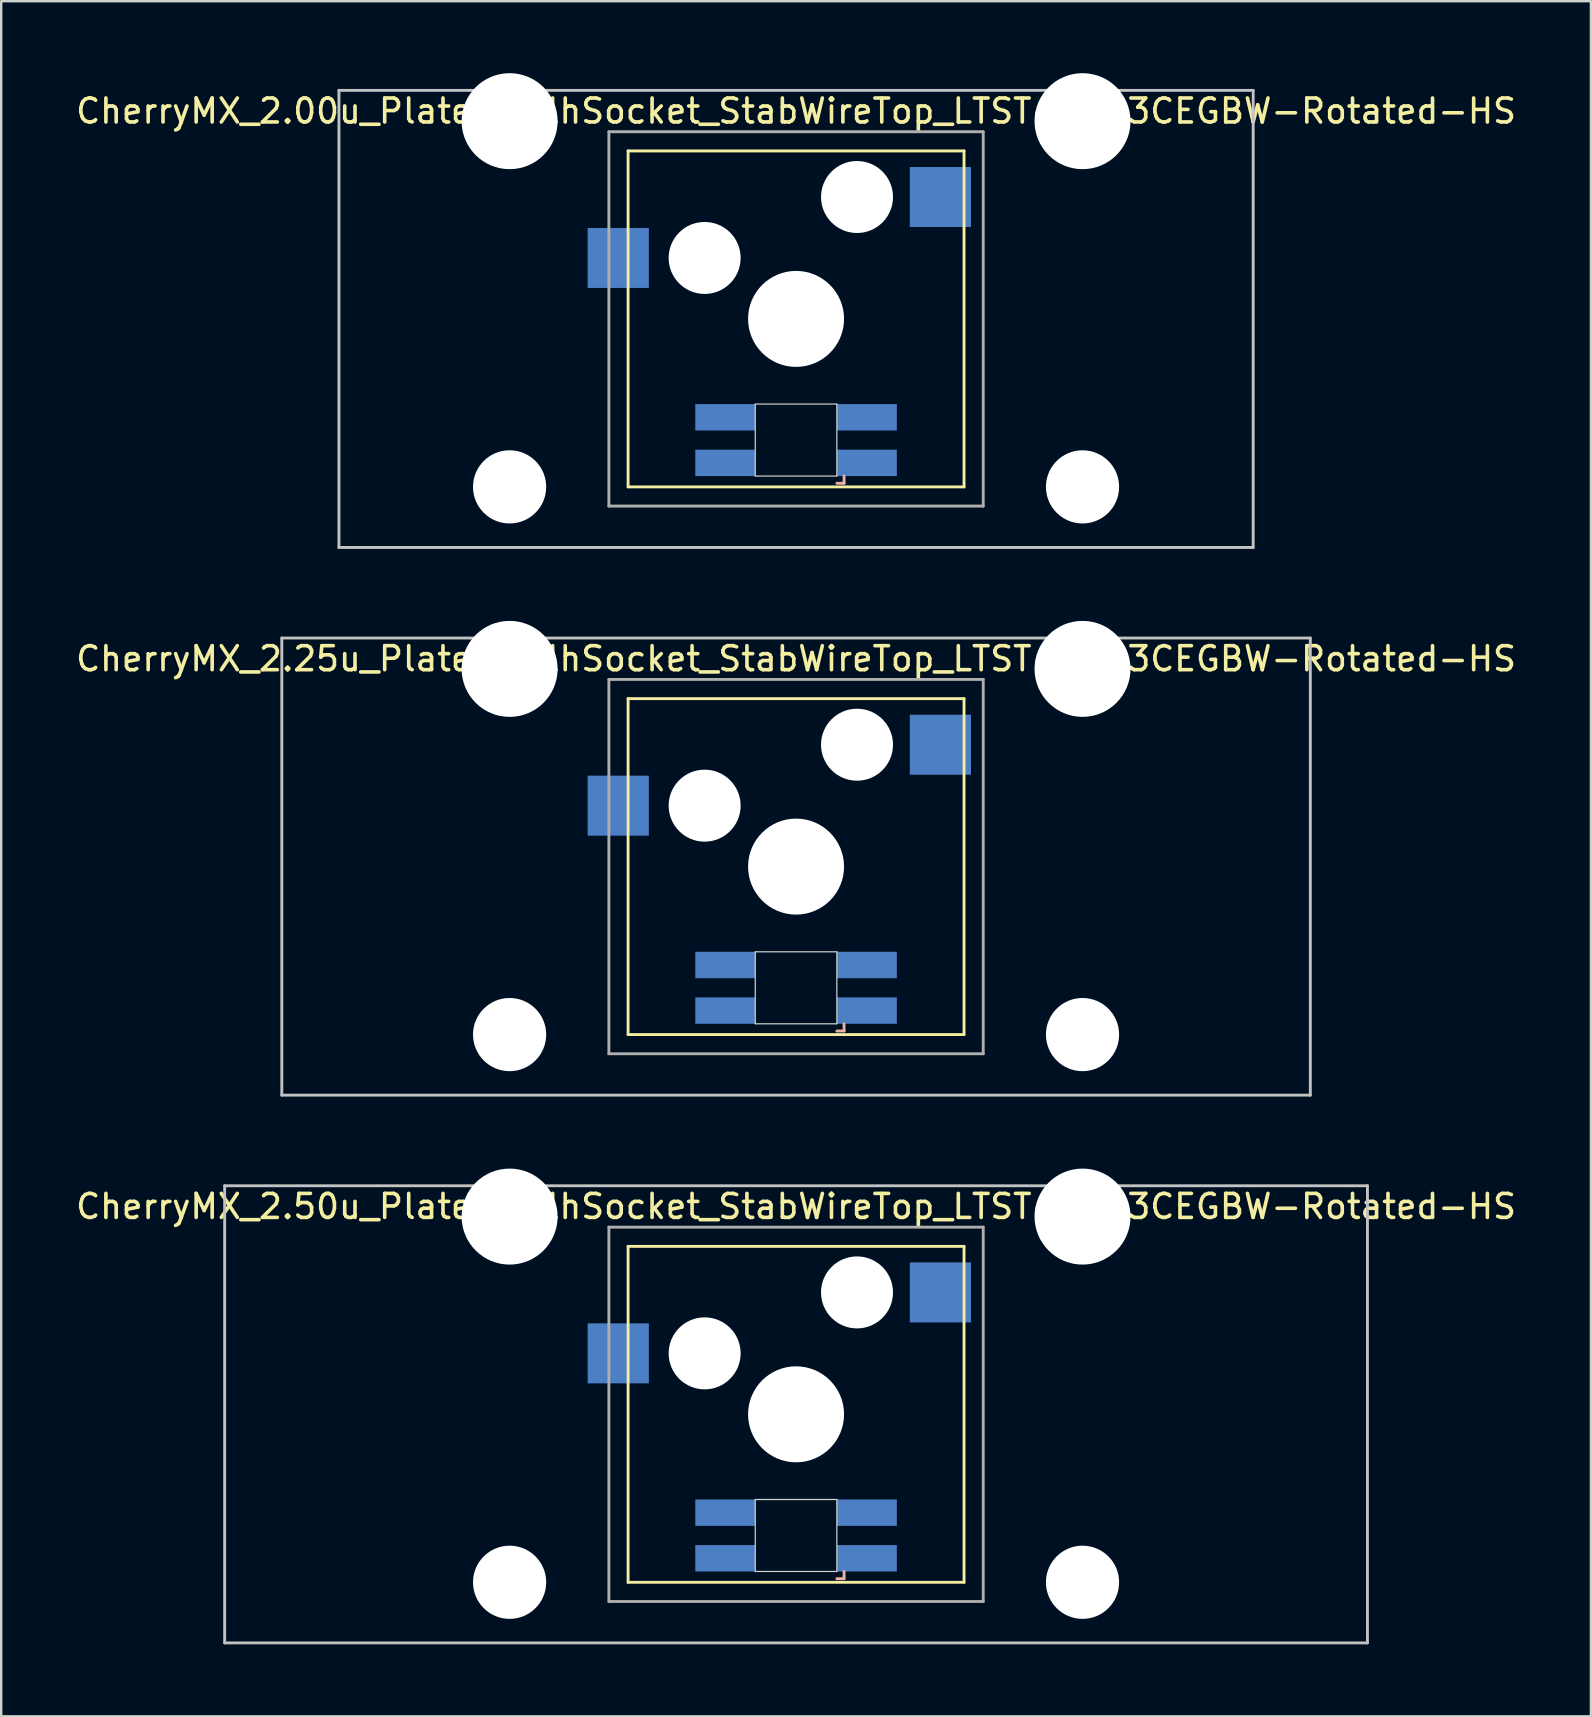
<source format=kicad_pcb>
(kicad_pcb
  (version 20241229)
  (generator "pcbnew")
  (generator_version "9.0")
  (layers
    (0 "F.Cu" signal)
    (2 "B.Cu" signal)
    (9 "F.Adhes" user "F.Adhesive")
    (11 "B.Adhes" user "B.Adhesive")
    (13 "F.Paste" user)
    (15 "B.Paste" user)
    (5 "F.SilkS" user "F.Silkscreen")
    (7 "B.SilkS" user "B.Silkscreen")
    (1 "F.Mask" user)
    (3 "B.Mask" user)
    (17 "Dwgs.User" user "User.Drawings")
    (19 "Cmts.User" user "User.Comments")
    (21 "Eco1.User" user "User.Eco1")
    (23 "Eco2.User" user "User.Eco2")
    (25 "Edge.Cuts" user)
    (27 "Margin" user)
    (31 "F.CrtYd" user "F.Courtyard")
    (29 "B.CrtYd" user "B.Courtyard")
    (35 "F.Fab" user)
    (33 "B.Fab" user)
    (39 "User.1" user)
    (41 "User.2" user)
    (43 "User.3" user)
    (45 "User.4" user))
  (footprint "CherryMX_2.00u_Plate_KailhSocket_StabWireTop_LTST-A683CEGBW-Rotated-HS"
    (layer "F.Cu")
    (at 30.125 10.24)
    (property "Reference" "CherryMX_2.00u_Plate_KailhSocket_StabWireTop_LTST-A683CEGBW-Rotated-HS" (at 0 -8.662 0) (layer "F.SilkS") (effects (font (size 1 1) (thickness 0.15))))
    (attr through_hole)
    (fp_line (start -7 -7) (end -7 7) (stroke (width 0.12) (type solid)) (layer "F.SilkS"))
    (fp_line (start -7 -7) (end 7 -7) (stroke (width 0.12) (type solid)) (layer "F.SilkS"))
    (fp_line (start 7 -7) (end 7 7) (stroke (width 0.12) (type solid)) (layer "F.SilkS"))
    (fp_line (start 7 7) (end -7 7) (stroke (width 0.12) (type solid)) (layer "F.SilkS"))
    (fp_line (start 1.7 6.85) (end 2 6.85) (stroke (width 0.12) (type solid)) (layer "B.SilkS"))
    (fp_line (start 2 6.85) (end 2 6.55) (stroke (width 0.12) (type solid)) (layer "B.SilkS"))
    (fp_line (start -19.05 -9.525) (end 19.05 -9.525) (stroke (width 0.12) (type solid)) (layer "Dwgs.User"))
    (fp_line (start -19.05 9.525) (end -19.05 -9.525) (stroke (width 0.12) (type solid)) (layer "Dwgs.User"))
    (fp_line (start 19.05 -9.525) (end 19.05 9.525) (stroke (width 0.12) (type solid)) (layer "Dwgs.User"))
    (fp_line (start 19.05 9.525) (end -19.05 9.525) (stroke (width 0.12) (type solid)) (layer "Dwgs.User"))
    (fp_line (start -1.7 3.55) (end 1.7 3.55) (stroke (width 0.05) (type solid)) (layer "Edge.Cuts"))
    (fp_line (start -1.7 6.55) (end -1.7 3.55) (stroke (width 0.05) (type solid)) (layer "Edge.Cuts"))
    (fp_line (start 1.7 3.55) (end 1.7 6.55) (stroke (width 0.05) (type solid)) (layer "Edge.Cuts"))
    (fp_line (start 1.7 6.55) (end -1.7 6.55) (stroke (width 0.05) (type solid)) (layer "Edge.Cuts"))
    (fp_line (start -7.8 -7.8) (end -7.8 7.8) (stroke (width 0.12) (type solid)) (layer "F.Fab"))
    (fp_line (start -7.8 -7.8) (end 7.8 -7.8) (stroke (width 0.12) (type solid)) (layer "F.Fab"))
    (fp_line (start -7.8 7.8) (end 7.8 7.8) (stroke (width 0.12) (type solid)) (layer "F.Fab"))
    (fp_line (start 7.8 -7.8) (end 7.8 7.8) (stroke (width 0.12) (type solid)) (layer "F.Fab"))
    (pad "" np_thru_hole circle (at -11.938 -8.24) (size 4 4) (drill 4) (layers "*.Cu" "*.Mask"))
    (pad "" np_thru_hole circle (at -11.938 7) (size 3.05 3.05) (drill 3.05) (layers "*.Cu" "*.Mask"))
    (pad "" np_thru_hole circle (at -3.81 -2.54) (size 3 3) (drill 3) (layers "*.Cu" "*.Mask"))
    (pad "" np_thru_hole circle (at 0 0) (size 4 4) (drill 4) (layers "*.Cu" "*.Mask"))
    (pad "" np_thru_hole circle (at 2.54 -5.08) (size 3 3) (drill 3) (layers "*.Cu" "*.Mask"))
    (pad "" np_thru_hole circle (at 11.938 -8.24) (size 4 4) (drill 4) (layers "*.Cu" "*.Mask"))
    (pad "" np_thru_hole circle (at 11.938 7) (size 3.05 3.05) (drill 3.05) (layers "*.Cu" "*.Mask"))
    (pad "1" smd rect (at -7.41 -2.54) (size 2.55 2.5) (layers "B.Cu" "B.Mask" "B.Paste"))
    (pad "2" smd rect (at 6.015 -5.08) (size 2.55 2.5) (layers "B.Cu" "B.Mask" "B.Paste"))
    (pad "3" smd rect (at 2.95 6) (size 2.5 1.1) (layers "B.Cu" "B.Mask" "B.Paste"))
    (pad "4" smd rect (at 2.95 4.1) (size 2.5 1.1) (layers "B.Cu" "B.Mask" "B.Paste"))
    (pad "5" smd rect (at -2.95 6) (size 2.5 1.1) (layers "B.Cu" "B.Mask" "B.Paste"))
    (pad "6" smd rect (at -2.95 4.1) (size 2.5 1.1) (layers "B.Cu" "B.Mask" "B.Paste")))
  (footprint "CherryMX_2.25u_Plate_KailhSocket_StabWireTop_LTST-A683CEGBW-Rotated-HS"
    (layer "F.Cu")
    (at 30.125 33.065)
    (property "Reference" "CherryMX_2.25u_Plate_KailhSocket_StabWireTop_LTST-A683CEGBW-Rotated-HS" (at 0 -8.662 0) (layer "F.SilkS") (effects (font (size 1 1) (thickness 0.15))))
    (attr through_hole)
    (fp_line (start -7 -7) (end -7 7) (stroke (width 0.12) (type solid)) (layer "F.SilkS"))
    (fp_line (start -7 -7) (end 7 -7) (stroke (width 0.12) (type solid)) (layer "F.SilkS"))
    (fp_line (start 7 -7) (end 7 7) (stroke (width 0.12) (type solid)) (layer "F.SilkS"))
    (fp_line (start 7 7) (end -7 7) (stroke (width 0.12) (type solid)) (layer "F.SilkS"))
    (fp_line (start 1.7 6.85) (end 2 6.85) (stroke (width 0.12) (type solid)) (layer "B.SilkS"))
    (fp_line (start 2 6.85) (end 2 6.55) (stroke (width 0.12) (type solid)) (layer "B.SilkS"))
    (fp_line (start -21.431 -9.525) (end 21.431 -9.525) (stroke (width 0.12) (type solid)) (layer "Dwgs.User"))
    (fp_line (start -21.431 9.525) (end -21.431 -9.525) (stroke (width 0.12) (type solid)) (layer "Dwgs.User"))
    (fp_line (start 21.431 -9.525) (end 21.431 9.525) (stroke (width 0.12) (type solid)) (layer "Dwgs.User"))
    (fp_line (start 21.431 9.525) (end -21.431 9.525) (stroke (width 0.12) (type solid)) (layer "Dwgs.User"))
    (fp_line (start -1.7 3.55) (end 1.7 3.55) (stroke (width 0.05) (type solid)) (layer "Edge.Cuts"))
    (fp_line (start -1.7 6.55) (end -1.7 3.55) (stroke (width 0.05) (type solid)) (layer "Edge.Cuts"))
    (fp_line (start 1.7 3.55) (end 1.7 6.55) (stroke (width 0.05) (type solid)) (layer "Edge.Cuts"))
    (fp_line (start 1.7 6.55) (end -1.7 6.55) (stroke (width 0.05) (type solid)) (layer "Edge.Cuts"))
    (fp_line (start -7.8 -7.8) (end -7.8 7.8) (stroke (width 0.12) (type solid)) (layer "F.Fab"))
    (fp_line (start -7.8 -7.8) (end 7.8 -7.8) (stroke (width 0.12) (type solid)) (layer "F.Fab"))
    (fp_line (start -7.8 7.8) (end 7.8 7.8) (stroke (width 0.12) (type solid)) (layer "F.Fab"))
    (fp_line (start 7.8 -7.8) (end 7.8 7.8) (stroke (width 0.12) (type solid)) (layer "F.Fab"))
    (pad "" np_thru_hole circle (at -11.938 -8.24) (size 4 4) (drill 4) (layers "*.Cu" "*.Mask"))
    (pad "" np_thru_hole circle (at -11.938 7) (size 3.05 3.05) (drill 3.05) (layers "*.Cu" "*.Mask"))
    (pad "" np_thru_hole circle (at -3.81 -2.54) (size 3 3) (drill 3) (layers "*.Cu" "*.Mask"))
    (pad "" np_thru_hole circle (at 0 0) (size 4 4) (drill 4) (layers "*.Cu" "*.Mask"))
    (pad "" np_thru_hole circle (at 2.54 -5.08) (size 3 3) (drill 3) (layers "*.Cu" "*.Mask"))
    (pad "" np_thru_hole circle (at 11.938 -8.24) (size 4 4) (drill 4) (layers "*.Cu" "*.Mask"))
    (pad "" np_thru_hole circle (at 11.938 7) (size 3.05 3.05) (drill 3.05) (layers "*.Cu" "*.Mask"))
    (pad "1" smd rect (at -7.41 -2.54) (size 2.55 2.5) (layers "B.Cu" "B.Mask" "B.Paste"))
    (pad "2" smd rect (at 6.015 -5.08) (size 2.55 2.5) (layers "B.Cu" "B.Mask" "B.Paste"))
    (pad "3" smd rect (at 2.95 6) (size 2.5 1.1) (layers "B.Cu" "B.Mask" "B.Paste"))
    (pad "4" smd rect (at 2.95 4.1) (size 2.5 1.1) (layers "B.Cu" "B.Mask" "B.Paste"))
    (pad "5" smd rect (at -2.95 6) (size 2.5 1.1) (layers "B.Cu" "B.Mask" "B.Paste"))
    (pad "6" smd rect (at -2.95 4.1) (size 2.5 1.1) (layers "B.Cu" "B.Mask" "B.Paste")))
  (footprint "CherryMX_2.50u_Plate_KailhSocket_StabWireTop_LTST-A683CEGBW-Rotated-HS"
    (layer "F.Cu")
    (at 30.125 55.89)
    (property "Reference" "CherryMX_2.50u_Plate_KailhSocket_StabWireTop_LTST-A683CEGBW-Rotated-HS" (at 0 -8.662 0) (layer "F.SilkS") (effects (font (size 1 1) (thickness 0.15))))
    (attr through_hole)
    (fp_line (start -7 -7) (end -7 7) (stroke (width 0.12) (type solid)) (layer "F.SilkS"))
    (fp_line (start -7 -7) (end 7 -7) (stroke (width 0.12) (type solid)) (layer "F.SilkS"))
    (fp_line (start 7 -7) (end 7 7) (stroke (width 0.12) (type solid)) (layer "F.SilkS"))
    (fp_line (start 7 7) (end -7 7) (stroke (width 0.12) (type solid)) (layer "F.SilkS"))
    (fp_line (start 1.7 6.85) (end 2 6.85) (stroke (width 0.12) (type solid)) (layer "B.SilkS"))
    (fp_line (start 2 6.85) (end 2 6.55) (stroke (width 0.12) (type solid)) (layer "B.SilkS"))
    (fp_line (start -23.812 -9.525) (end 23.812 -9.525) (stroke (width 0.12) (type solid)) (layer "Dwgs.User"))
    (fp_line (start -23.812 9.525) (end -23.812 -9.525) (stroke (width 0.12) (type solid)) (layer "Dwgs.User"))
    (fp_line (start 23.812 -9.525) (end 23.812 9.525) (stroke (width 0.12) (type solid)) (layer "Dwgs.User"))
    (fp_line (start 23.812 9.525) (end -23.812 9.525) (stroke (width 0.12) (type solid)) (layer "Dwgs.User"))
    (fp_line (start -1.7 3.55) (end 1.7 3.55) (stroke (width 0.05) (type solid)) (layer "Edge.Cuts"))
    (fp_line (start -1.7 6.55) (end -1.7 3.55) (stroke (width 0.05) (type solid)) (layer "Edge.Cuts"))
    (fp_line (start 1.7 3.55) (end 1.7 6.55) (stroke (width 0.05) (type solid)) (layer "Edge.Cuts"))
    (fp_line (start 1.7 6.55) (end -1.7 6.55) (stroke (width 0.05) (type solid)) (layer "Edge.Cuts"))
    (fp_line (start -7.8 -7.8) (end -7.8 7.8) (stroke (width 0.12) (type solid)) (layer "F.Fab"))
    (fp_line (start -7.8 -7.8) (end 7.8 -7.8) (stroke (width 0.12) (type solid)) (layer "F.Fab"))
    (fp_line (start -7.8 7.8) (end 7.8 7.8) (stroke (width 0.12) (type solid)) (layer "F.Fab"))
    (fp_line (start 7.8 -7.8) (end 7.8 7.8) (stroke (width 0.12) (type solid)) (layer "F.Fab"))
    (pad "" np_thru_hole circle (at -11.938 -8.24) (size 4 4) (drill 4) (layers "*.Cu" "*.Mask"))
    (pad "" np_thru_hole circle (at -11.938 7) (size 3.05 3.05) (drill 3.05) (layers "*.Cu" "*.Mask"))
    (pad "" np_thru_hole circle (at -3.81 -2.54) (size 3 3) (drill 3) (layers "*.Cu" "*.Mask"))
    (pad "" np_thru_hole circle (at 0 0) (size 4 4) (drill 4) (layers "*.Cu" "*.Mask"))
    (pad "" np_thru_hole circle (at 2.54 -5.08) (size 3 3) (drill 3) (layers "*.Cu" "*.Mask"))
    (pad "" np_thru_hole circle (at 11.938 -8.24) (size 4 4) (drill 4) (layers "*.Cu" "*.Mask"))
    (pad "" np_thru_hole circle (at 11.938 7) (size 3.05 3.05) (drill 3.05) (layers "*.Cu" "*.Mask"))
    (pad "1" smd rect (at -7.41 -2.54) (size 2.55 2.5) (layers "B.Cu" "B.Mask" "B.Paste"))
    (pad "2" smd rect (at 6.015 -5.08) (size 2.55 2.5) (layers "B.Cu" "B.Mask" "B.Paste"))
    (pad "3" smd rect (at 2.95 6) (size 2.5 1.1) (layers "B.Cu" "B.Mask" "B.Paste"))
    (pad "4" smd rect (at 2.95 4.1) (size 2.5 1.1) (layers "B.Cu" "B.Mask" "B.Paste"))
    (pad "5" smd rect (at -2.95 6) (size 2.5 1.1) (layers "B.Cu" "B.Mask" "B.Paste"))
    (pad "6" smd rect (at -2.95 4.1) (size 2.5 1.1) (layers "B.Cu" "B.Mask" "B.Paste")))
  (gr_rect
    (start -3 -3)
    (end 63.25 68.475)
    (stroke (width 0.1) (type default))
    (fill no)
    (layer "Edge.Cuts")))
</source>
